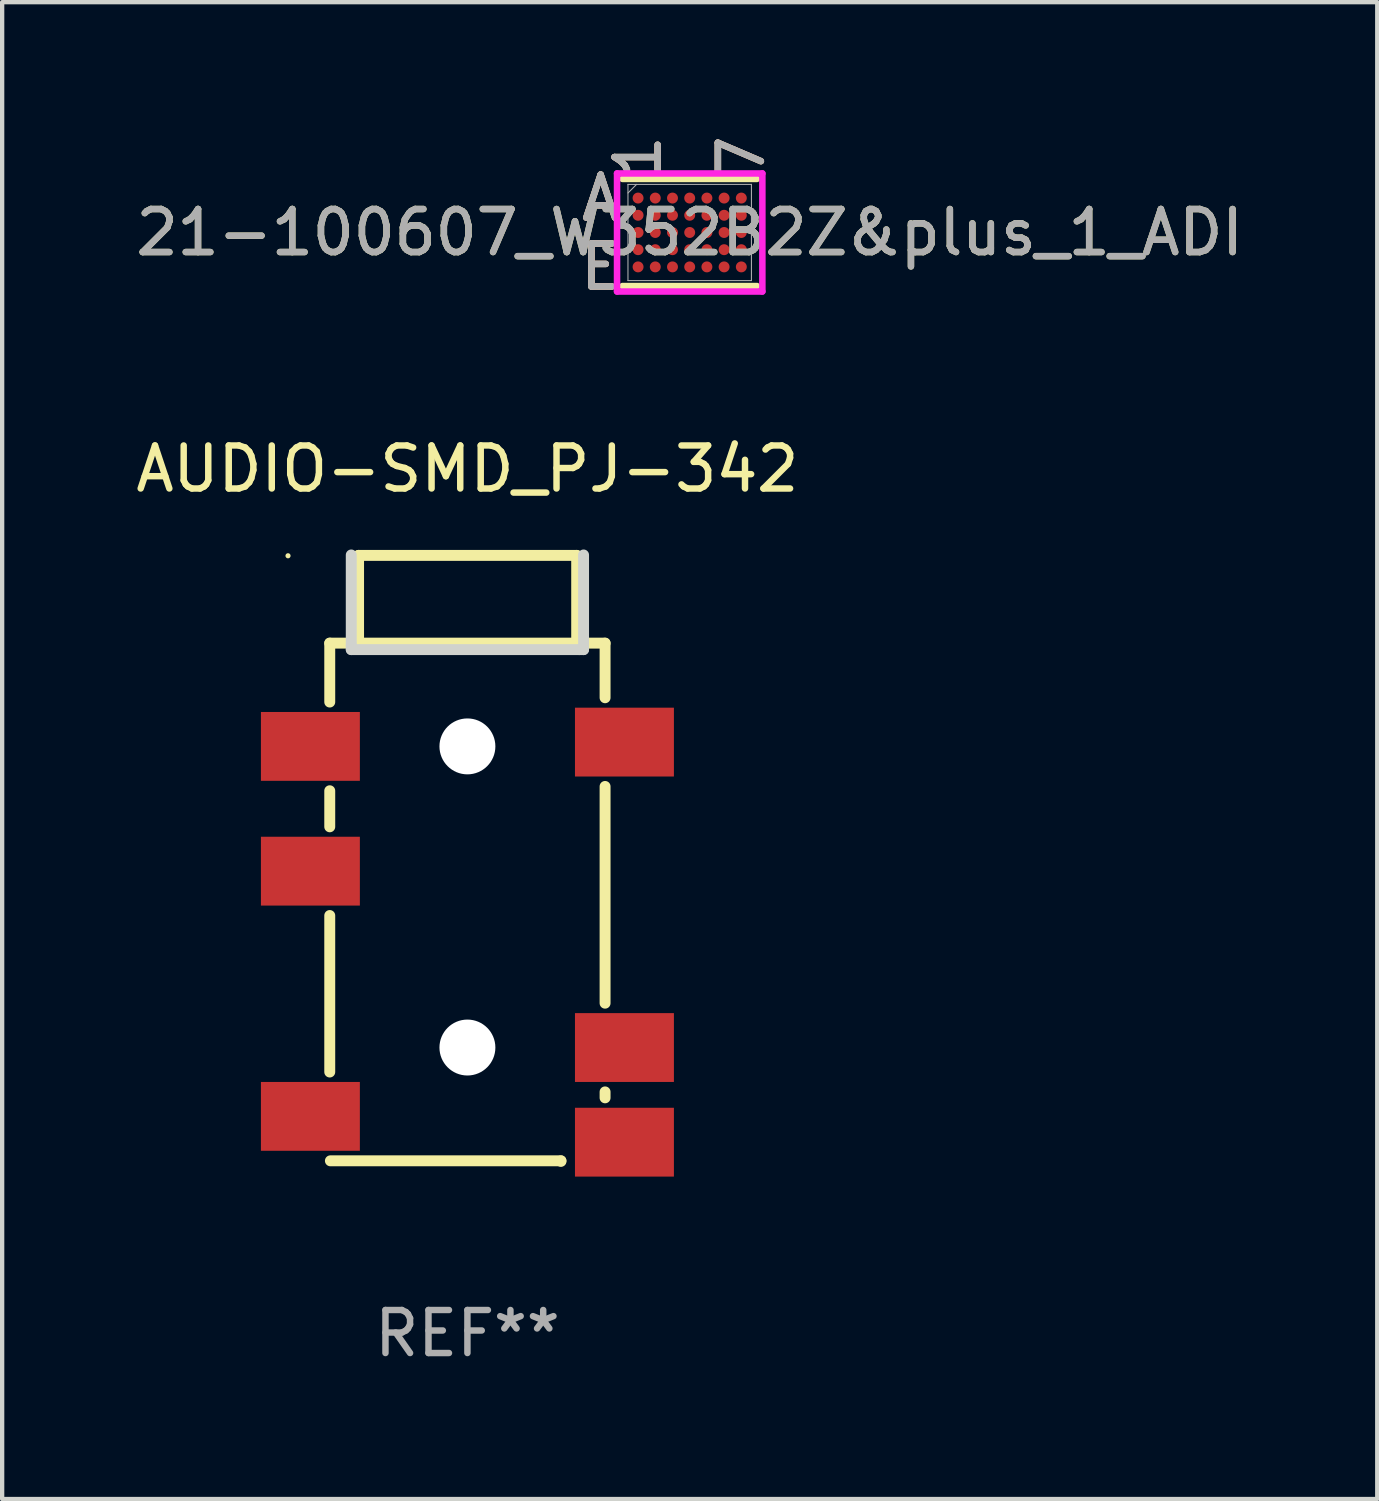
<source format=kicad_pcb>
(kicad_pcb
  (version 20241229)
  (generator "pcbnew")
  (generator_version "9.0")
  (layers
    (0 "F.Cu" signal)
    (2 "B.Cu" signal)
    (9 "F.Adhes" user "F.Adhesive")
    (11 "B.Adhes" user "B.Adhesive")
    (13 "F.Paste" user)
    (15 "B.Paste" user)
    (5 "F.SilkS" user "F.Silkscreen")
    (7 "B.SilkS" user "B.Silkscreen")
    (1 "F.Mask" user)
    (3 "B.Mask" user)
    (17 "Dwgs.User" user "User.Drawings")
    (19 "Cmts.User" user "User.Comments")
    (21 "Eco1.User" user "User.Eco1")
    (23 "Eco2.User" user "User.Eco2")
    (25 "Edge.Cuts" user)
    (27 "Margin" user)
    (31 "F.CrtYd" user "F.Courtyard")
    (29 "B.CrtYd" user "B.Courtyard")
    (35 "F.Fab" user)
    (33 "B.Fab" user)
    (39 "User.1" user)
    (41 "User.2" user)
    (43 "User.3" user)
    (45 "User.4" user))
  (footprint "21-100607_W352B2Z&plus_1_ADI"
    (layer "F.Cu")
    (at 12.982 2.354)
    (property "Reference" "21-100607_W352B2Z&plus_1_ADI" (at 0 0 0) (unlocked yes) (layer "F.SilkS") (effects (font (size 1 1) (thickness 0.15))))
    (attr smd)
    (fp_line (start -1.562 1.245) (end 1.562 1.245) (stroke (width 0.152) (type solid)) (layer "F.SilkS"))
    (fp_line (start 1.562 -1.245) (end -1.562 -1.245) (stroke (width 0.152) (type solid)) (layer "F.SilkS"))
    (fp_poly (pts (xy -1.845 -1.444) (xy 1.845 -1.444) (xy 1.845 1.444) (xy -1.845 1.444)) (stroke (width 0.1) (type solid)) (fill no) (layer "Eco2.User"))
    (fp_line (start -1.689 -1.372) (end 1.689 -1.372) (stroke (width 0.152) (type solid)) (layer "F.CrtYd"))
    (fp_line (start -1.689 1.372) (end -1.689 -1.372) (stroke (width 0.152) (type solid)) (layer "F.CrtYd"))
    (fp_line (start 1.689 -1.372) (end 1.689 1.372) (stroke (width 0.152) (type solid)) (layer "F.CrtYd"))
    (fp_line (start 1.689 1.372) (end -1.689 1.372) (stroke (width 0.152) (type solid)) (layer "F.CrtYd"))
    (fp_line (start -1.435 -1.118) (end -1.435 1.118) (stroke (width 0.025) (type solid)) (layer "F.Fab"))
    (fp_line (start -1.435 1.118) (end 1.435 1.118) (stroke (width 0.025) (type solid)) (layer "F.Fab"))
    (fp_line (start -1.235 -1.118) (end -1.435 -0.918) (stroke (width 0.025) (type solid)) (layer "F.Fab"))
    (fp_line (start 1.435 -1.118) (end -1.435 -1.118) (stroke (width 0.025) (type solid)) (layer "F.Fab"))
    (fp_line (start 1.435 1.118) (end 1.435 -1.118) (stroke (width 0.025) (type solid)) (layer "F.Fab"))
    (fp_text user "7" (at 1.2 -1.753 90) (unlocked yes) (layer "F.SilkS") (effects (font (size 1 1) (thickness 0.15))))
    (fp_text user "A" (at -2.07 -0.8 0) (unlocked yes) (layer "F.SilkS") (effects (font (size 1 1) (thickness 0.15))))
    (fp_text user "1" (at -1.2 -1.753 90) (unlocked yes) (layer "F.SilkS") (effects (font (size 1 1) (thickness 0.15))))
    (fp_text user "E" (at -2.07 0.8 0) (unlocked yes) (layer "F.SilkS") (effects (font (size 1 1) (thickness 0.15))))
    (fp_text user "A" (at -2.07 -0.8 0) (unlocked yes) (layer "B.SilkS") (effects (font (size 1 1) (thickness 0.15))))
    (fp_text user "7" (at 1.2 -1.753 90) (unlocked yes) (layer "B.SilkS") (effects (font (size 1 1) (thickness 0.15))))
    (fp_text user "E" (at -2.07 0.8 0) (unlocked yes) (layer "B.SilkS") (effects (font (size 1 1) (thickness 0.15))))
    (fp_text user "1" (at -1.2 -1.753 90) (unlocked yes) (layer "B.SilkS") (effects (font (size 1 1) (thickness 0.15))))
    (fp_text user "E" (at -2.07 0.8 0) (unlocked yes) (layer "F.Fab") (effects (font (size 1 1) (thickness 0.15))))
    (fp_text user "A" (at -2.07 -0.8 0) (unlocked yes) (layer "F.Fab") (effects (font (size 1 1) (thickness 0.15))))
    (fp_text user "7" (at 1.2 -1.753 90) (unlocked yes) (layer "F.Fab") (effects (font (size 1 1) (thickness 0.15))))
    (fp_text user "1" (at -1.2 -1.753 90) (unlocked yes) (layer "F.Fab") (effects (font (size 1 1) (thickness 0.15))))
    (fp_text user "${REFERENCE}" (at 0 0 0) (unlocked yes) (layer "F.Fab") (effects (font (size 1 1) (thickness 0.15))))
    (pad "A1" smd circle (at -1.2 -0.8) (size 0.254 0.254) (layers "F.Cu" "F.Mask" "F.Paste"))
    (pad "A2" smd circle (at -0.8 -0.8) (size 0.254 0.254) (layers "F.Cu" "F.Mask" "F.Paste"))
    (pad "A3" smd circle (at -0.4 -0.8) (size 0.254 0.254) (layers "F.Cu" "F.Mask" "F.Paste"))
    (pad "A4" smd circle (at 0 -0.8) (size 0.254 0.254) (layers "F.Cu" "F.Mask" "F.Paste"))
    (pad "A5" smd circle (at 0.4 -0.8) (size 0.254 0.254) (layers "F.Cu" "F.Mask" "F.Paste"))
    (pad "A6" smd circle (at 0.8 -0.8) (size 0.254 0.254) (layers "F.Cu" "F.Mask" "F.Paste"))
    (pad "A7" smd circle (at 1.2 -0.8) (size 0.254 0.254) (layers "F.Cu" "F.Mask" "F.Paste"))
    (pad "B1" smd circle (at -1.2 -0.4) (size 0.254 0.254) (layers "F.Cu" "F.Mask" "F.Paste"))
    (pad "B2" smd circle (at -0.8 -0.4) (size 0.254 0.254) (layers "F.Cu" "F.Mask" "F.Paste"))
    (pad "B3" smd circle (at -0.4 -0.4) (size 0.254 0.254) (layers "F.Cu" "F.Mask" "F.Paste"))
    (pad "B4" smd circle (at 0 -0.4) (size 0.254 0.254) (layers "F.Cu" "F.Mask" "F.Paste"))
    (pad "B5" smd circle (at 0.4 -0.4) (size 0.254 0.254) (layers "F.Cu" "F.Mask" "F.Paste"))
    (pad "B6" smd circle (at 0.8 -0.4) (size 0.254 0.254) (layers "F.Cu" "F.Mask" "F.Paste"))
    (pad "B7" smd circle (at 1.2 -0.4) (size 0.254 0.254) (layers "F.Cu" "F.Mask" "F.Paste"))
    (pad "C1" smd circle (at -1.2 0) (size 0.254 0.254) (layers "F.Cu" "F.Mask" "F.Paste"))
    (pad "C2" smd circle (at -0.8 0) (size 0.254 0.254) (layers "F.Cu" "F.Mask" "F.Paste"))
    (pad "C3" smd circle (at -0.4 0) (size 0.254 0.254) (layers "F.Cu" "F.Mask" "F.Paste"))
    (pad "C4" smd circle (at 0 0) (size 0.254 0.254) (layers "F.Cu" "F.Mask" "F.Paste"))
    (pad "C5" smd circle (at 0.4 0) (size 0.254 0.254) (layers "F.Cu" "F.Mask" "F.Paste"))
    (pad "C6" smd circle (at 0.8 0) (size 0.254 0.254) (layers "F.Cu" "F.Mask" "F.Paste"))
    (pad "C7" smd circle (at 1.2 0) (size 0.254 0.254) (layers "F.Cu" "F.Mask" "F.Paste"))
    (pad "D1" smd circle (at -1.2 0.4) (size 0.254 0.254) (layers "F.Cu" "F.Mask" "F.Paste"))
    (pad "D2" smd circle (at -0.8 0.4) (size 0.254 0.254) (layers "F.Cu" "F.Mask" "F.Paste"))
    (pad "D3" smd circle (at -0.4 0.4) (size 0.254 0.254) (layers "F.Cu" "F.Mask" "F.Paste"))
    (pad "D4" smd circle (at 0 0.4) (size 0.254 0.254) (layers "F.Cu" "F.Mask" "F.Paste"))
    (pad "D5" smd circle (at 0.4 0.4) (size 0.254 0.254) (layers "F.Cu" "F.Mask" "F.Paste"))
    (pad "D6" smd circle (at 0.8 0.4) (size 0.254 0.254) (layers "F.Cu" "F.Mask" "F.Paste"))
    (pad "D7" smd circle (at 1.2 0.4) (size 0.254 0.254) (layers "F.Cu" "F.Mask" "F.Paste"))
    (pad "E1" smd circle (at -1.2 0.8) (size 0.254 0.254) (layers "F.Cu" "F.Mask" "F.Paste"))
    (pad "E2" smd circle (at -0.8 0.8) (size 0.254 0.254) (layers "F.Cu" "F.Mask" "F.Paste"))
    (pad "E3" smd circle (at -0.4 0.8) (size 0.254 0.254) (layers "F.Cu" "F.Mask" "F.Paste"))
    (pad "E4" smd circle (at 0 0.8) (size 0.254 0.254) (layers "F.Cu" "F.Mask" "F.Paste"))
    (pad "E5" smd circle (at 0.4 0.8) (size 0.254 0.254) (layers "F.Cu" "F.Mask" "F.Paste"))
    (pad "E6" smd circle (at 0.8 0.8) (size 0.254 0.254) (layers "F.Cu" "F.Mask" "F.Paste"))
    (pad "E7" smd circle (at 1.2 0.8) (size 0.254 0.254) (layers "F.Cu" "F.Mask" "F.Paste")))
  (footprint "AUDIO-SMD_PJ-342"
    (layer "F.Cu")
    (at 7.815 18.85)
    (property "Reference" "AUDIO-SMD_PJ-342" (at 0 -11 0) (layer "F.SilkS") (effects (font (size 1 1) (thickness 0.15))))
    (attr smd)
    (fp_line (start -3.2 -6.95) (end -3.2 -5.581) (stroke (width 0.254) (type solid)) (layer "F.SilkS"))
    (fp_line (start -3.2 -6.95) (end 3.2 -6.95) (stroke (width 0.254) (type solid)) (layer "F.SilkS"))
    (fp_line (start -3.2 -3.519) (end -3.2 -2.681) (stroke (width 0.254) (type solid)) (layer "F.SilkS"))
    (fp_line (start -3.2 -0.619) (end -3.2 3.019) (stroke (width 0.254) (type solid)) (layer "F.SilkS"))
    (fp_line (start -3.185 5.083) (end 2.174 5.083) (stroke (width 0.254) (type solid)) (layer "F.SilkS"))
    (fp_line (start -2.53 -8.99) (end -2.53 -7.045) (stroke (width 0.254) (type solid)) (layer "F.SilkS"))
    (fp_line (start -2.53 -7.045) (end -2.54 -6.97) (stroke (width 0.254) (type solid)) (layer "F.SilkS"))
    (fp_line (start 2.174 5.083) (end 2.174 5.096) (stroke (width 0.254) (type solid)) (layer "F.SilkS"))
    (fp_line (start 2.54 -8.99) (end -2.53 -8.99) (stroke (width 0.254) (type solid)) (layer "F.SilkS"))
    (fp_line (start 2.54 -6.95) (end 2.54 -8.99) (stroke (width 0.254) (type solid)) (layer "F.SilkS"))
    (fp_line (start 3.2 -6.95) (end 3.2 -5.681) (stroke (width 0.254) (type solid)) (layer "F.SilkS"))
    (fp_line (start 3.2 -3.619) (end 3.2 1.419) (stroke (width 0.254) (type solid)) (layer "F.SilkS"))
    (fp_line (start 3.2 3.481) (end 3.2 3.619) (stroke (width 0.254) (type solid)) (layer "F.SilkS"))
    (fp_circle (center -4.17 -8.981) (end -4.14 -8.981) (stroke (width 0.06) (type solid)) (fill no) (layer "F.SilkS"))
    (fp_line (start -2.7 -9) (end -2.7 -6.9) (stroke (width 0.254) (type solid)) (layer "Edge.Cuts"))
    (fp_line (start -2.7 -6.9) (end -2.7 -6.8) (stroke (width 0.254) (type solid)) (layer "Edge.Cuts"))
    (fp_line (start -2.7 -6.8) (end 2.6 -6.8) (stroke (width 0.254) (type solid)) (layer "Edge.Cuts"))
    (fp_line (start 2.6 -6.8) (end 2.7 -6.8) (stroke (width 0.254) (type solid)) (layer "Edge.Cuts"))
    (fp_line (start 2.7 -6.8) (end 2.7 -9) (stroke (width 0.254) (type solid)) (layer "Edge.Cuts"))
    (fp_circle (center 0 -4.55) (end 0.275 -4.55) (stroke (width 0.55) (type solid)) (fill no) (layer "F.Fab"))
    (fp_circle (center 0 2.45) (end 0.275 2.45) (stroke (width 0.55) (type solid)) (fill no) (layer "F.Fab"))
    (fp_text user "REF**" (at 0 9.096 0) (layer "F.Fab") (effects (font (size 1 1) (thickness 0.15))))
    (pad "" np_thru_hole circle (at 0 -4.55) (size 1.3 1.3) (drill 1.3) (layers "*.Cu" "*.Mask"))
    (pad "" np_thru_hole circle (at 0 2.45) (size 1.3 1.3) (drill 1.3) (layers "*.Cu" "*.Mask"))
    (pad "R1" smd rect (at -3.65 -1.65) (size 2.3 1.6) (layers "F.Cu" "F.Mask" "F.Paste"))
    (pad "R1N" smd rect (at -3.65 4.05) (size 2.3 1.6) (layers "F.Cu" "F.Mask" "F.Paste"))
    (pad "R2" smd rect (at 3.65 -4.65) (size 2.3 1.6) (layers "F.Cu" "F.Mask" "F.Paste"))
    (pad "S" smd rect (at -3.65 -4.55) (size 2.3 1.6) (layers "F.Cu" "F.Mask" "F.Paste"))
    (pad "T" smd rect (at 3.65 2.45) (size 2.3 1.6) (layers "F.Cu" "F.Mask" "F.Paste"))
    (pad "TN" smd rect (at 3.65 4.65) (size 2.3 1.6) (layers "F.Cu" "F.Mask" "F.Paste")))
  (gr_rect
    (start -3 -3)
    (end 28.964 31.794)
    (stroke (width 0.1) (type default))
    (fill no)
    (layer "Edge.Cuts")))
</source>
